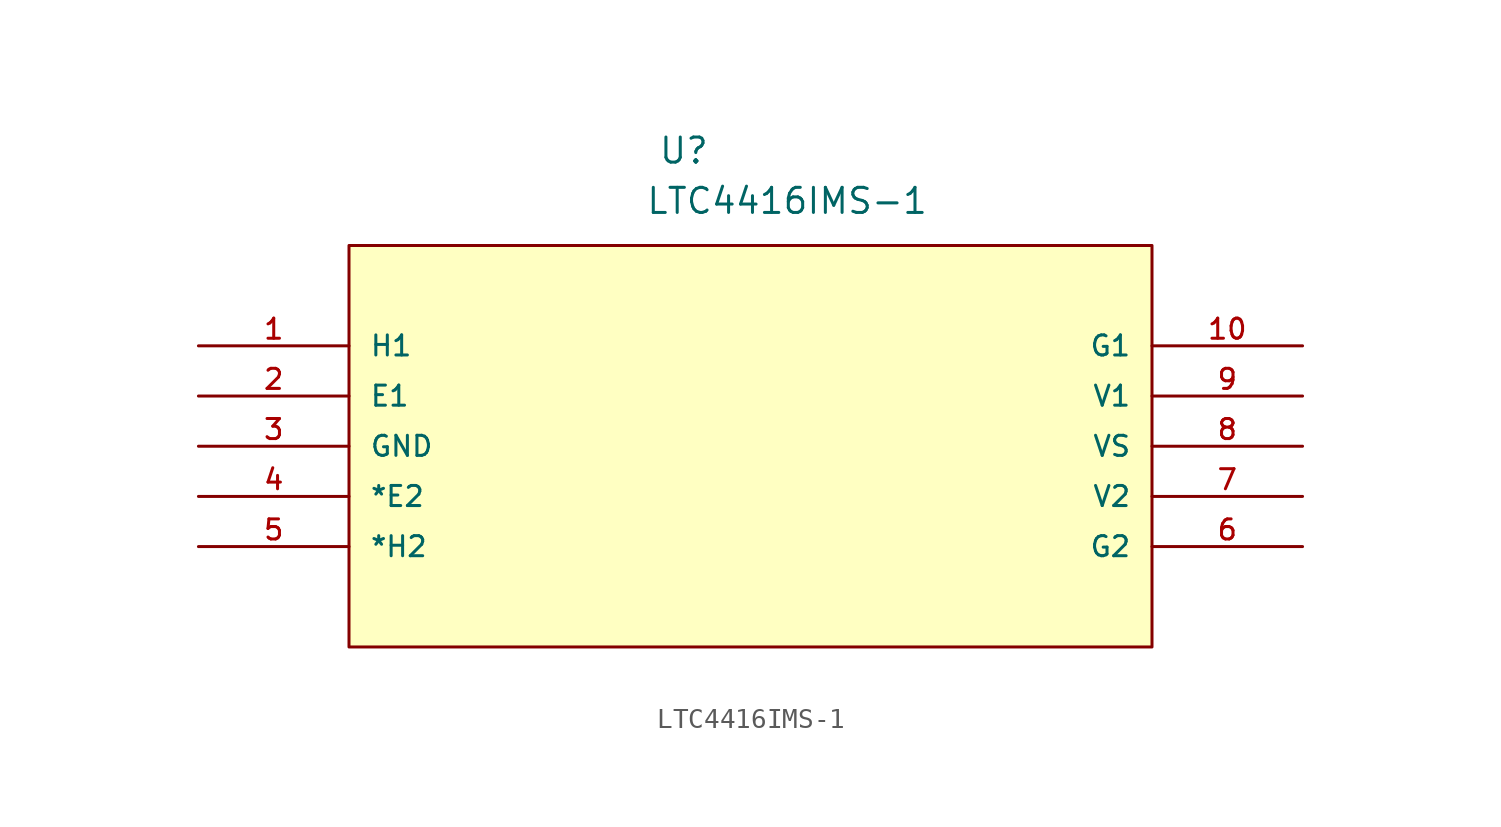
<source format=kicad_sym>
(kicad_symbol_lib
  (version 20211014)
  (generator kicad_symbol_editor)
  (symbol "LTC4416IMS-1"
    (pin_names
      (offset 1.016))
    (property "Reference" "U"
      (at 23.257 9.135 0.0)
      (effects (font (size 1.27 1.27)) (justify bottom left)))
    (property "Value" "LTC4416IMS-1"
      (at 22.618 6.589 0.0)
      (effects (font (size 1.27 1.27)) (justify bottom left)))
    (symbol "LTC4416IMS-1_0_0"
      (rectangle (start 7.62 -15.24) (end 48.26 5.08) (stroke (width 0.152)) (fill (type background)))
      (pin output line (at 0.0 0.0 0) (length 7.62) (name "H1" (effects (font (size 1.016 1.016)))) (number "1" (effects (font (size 1.016 1.016)))))
      (pin input line (at 0.0 -2.54 0) (length 7.62) (name "E1" (effects (font (size 1.016 1.016)))) (number "2" (effects (font (size 1.016 1.016)))))
      (pin power_in line (at 0.0 -5.08 0) (length 7.62) (name "GND" (effects (font (size 1.016 1.016)))) (number "3" (effects (font (size 1.016 1.016)))))
      (pin input line (at 0.0 -7.62 0) (length 7.62) (name "*E2" (effects (font (size 1.016 1.016)))) (number "4" (effects (font (size 1.016 1.016)))))
      (pin input line (at 0.0 -10.16 0) (length 7.62) (name "*H2" (effects (font (size 1.016 1.016)))) (number "5" (effects (font (size 1.016 1.016)))))
      (pin passive line (at 55.88 -10.16 180.0) (length 7.62) (name "G2" (effects (font (size 1.016 1.016)))) (number "6" (effects (font (size 1.016 1.016)))))
      (pin input line (at 55.88 -7.62 180.0) (length 7.62) (name "V2" (effects (font (size 1.016 1.016)))) (number "7" (effects (font (size 1.016 1.016)))))
      (pin input line (at 55.88 -5.08 180.0) (length 7.62) (name "VS" (effects (font (size 1.016 1.016)))) (number "8" (effects (font (size 1.016 1.016)))))
      (pin input line (at 55.88 -2.54 180.0) (length 7.62) (name "V1" (effects (font (size 1.016 1.016)))) (number "9" (effects (font (size 1.016 1.016)))))
      (pin passive line (at 55.88 0.0 180.0) (length 7.62) (name "G1" (effects (font (size 1.016 1.016)))) (number "10" (effects (font (size 1.016 1.016))))))))
</source>
